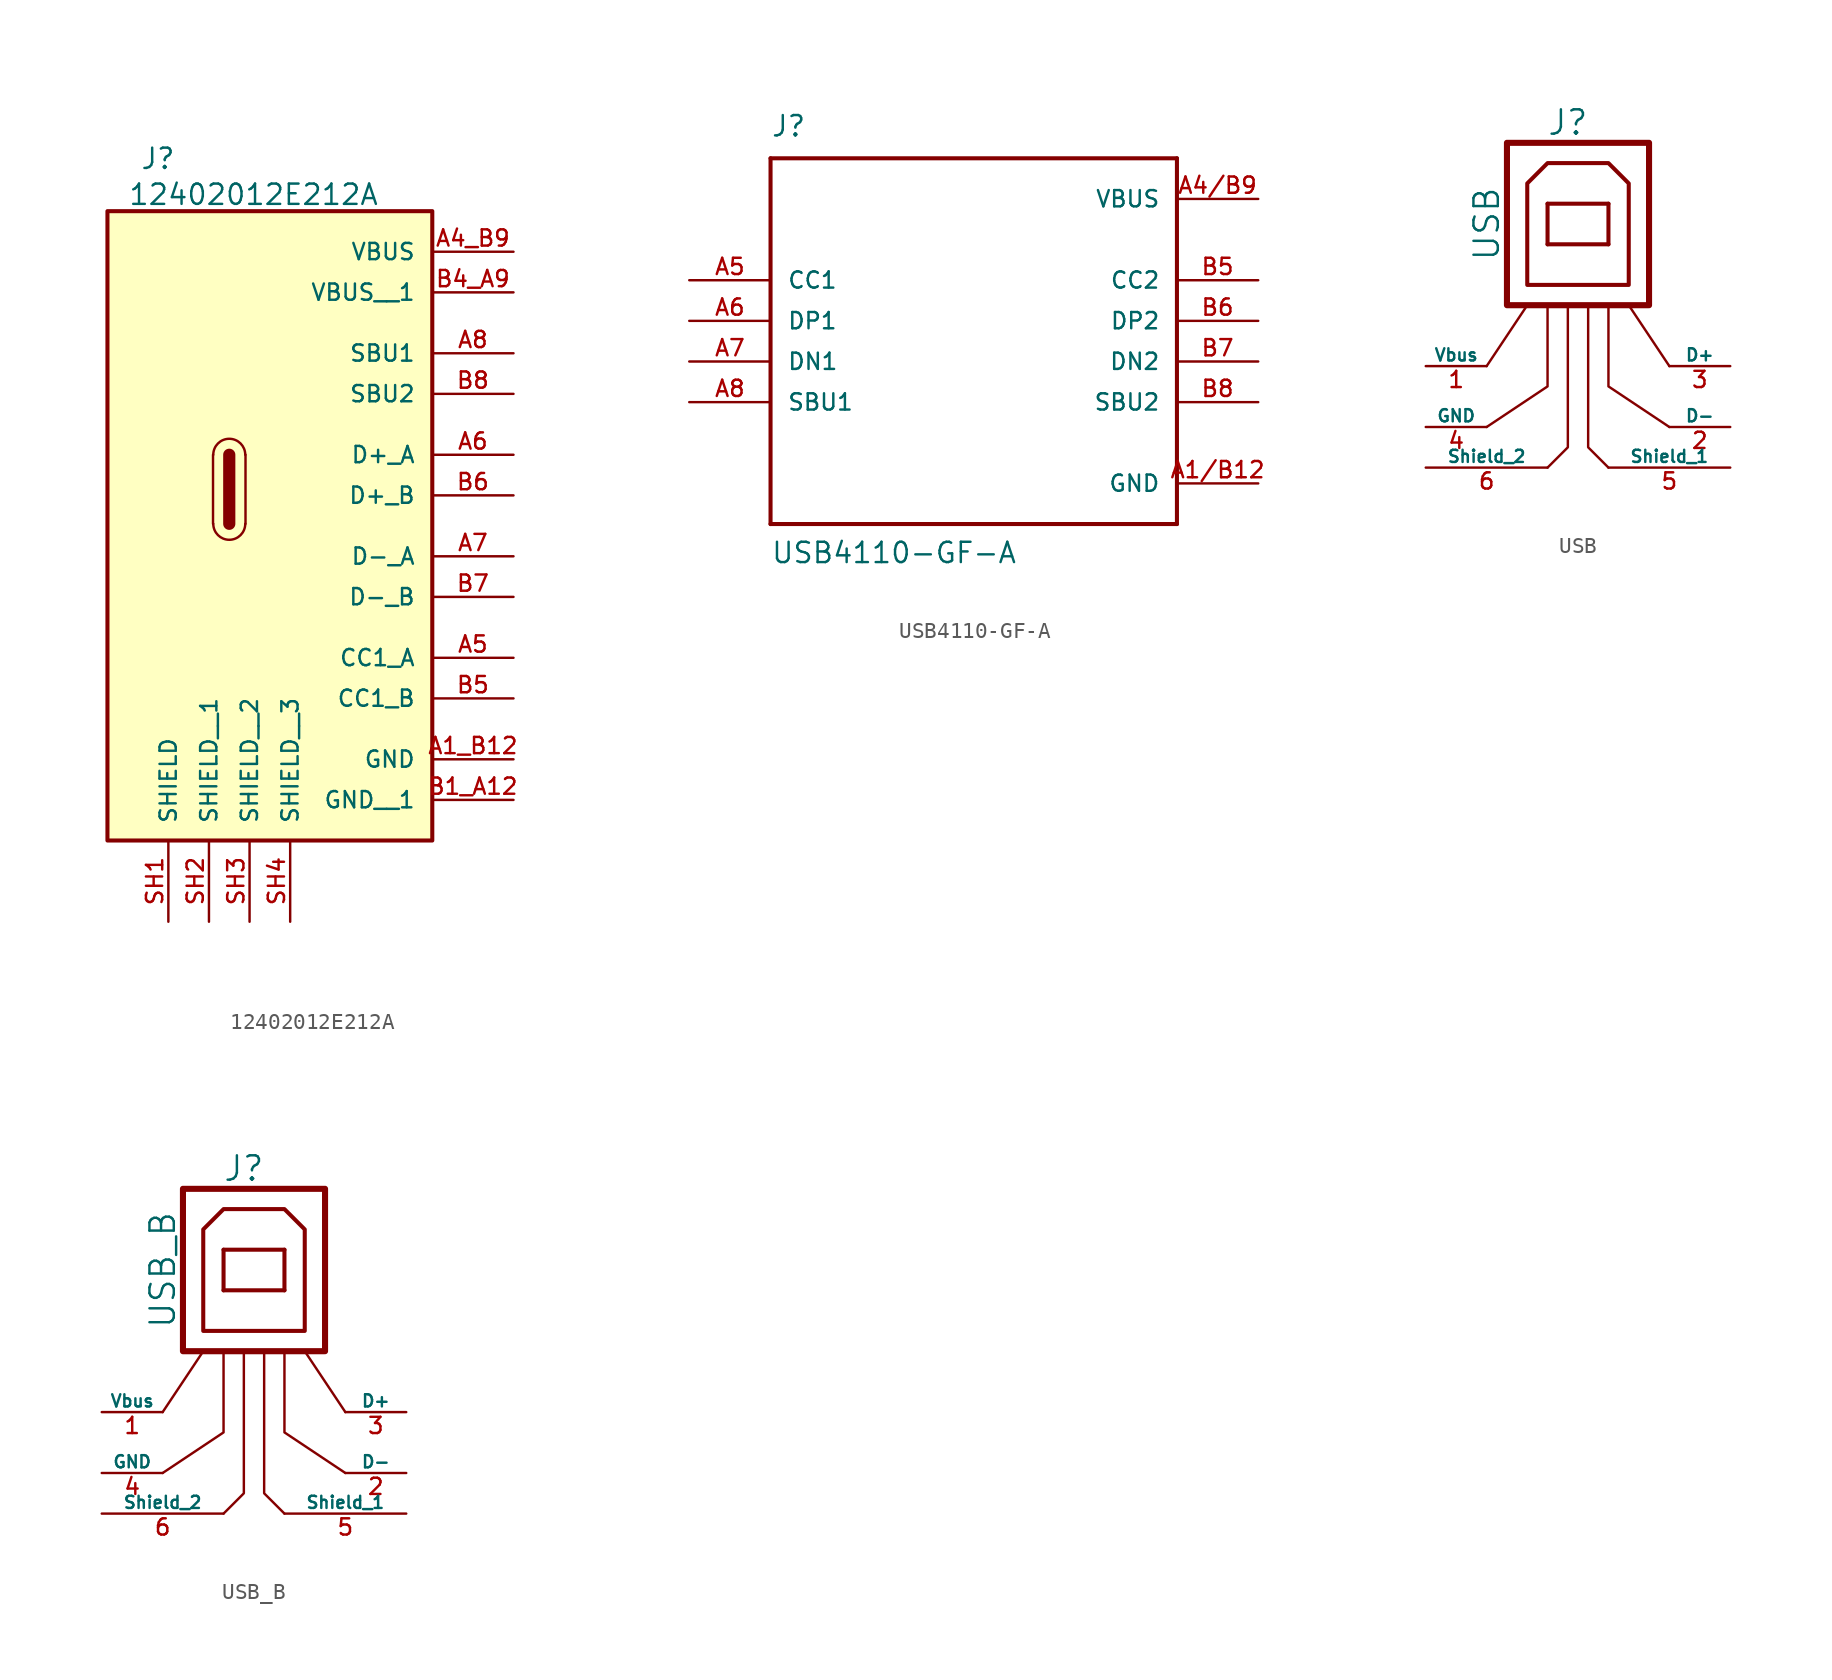
<source format=kicad_sym>
(kicad_symbol_lib
  (version 20231120)
  (generator "kicad_symbol_editor")
  (generator_version "8.0")
  (symbol "12402012E212A"
    (pin_names
      (offset 1.016))
    (property "Reference" "J"
      (at -5.588 15.24 0)
      (effects (font (size 1.27 1.27)) (justify left bottom)))
    (property "Value" "12402012E212A"
      (at -6.35 14.478 0)
      (effects (font (size 1.27 1.27)) (justify left top)))
    (symbol "12402012E212A_0_0"
      (rectangle (start -7.62 12.7) (end 12.7 -26.67) (stroke (width 0.254) (type default)) (fill (type background)))
      (pin power_in line (at 17.78 -21.59 180) (length 5.08) (name "GND" (effects (font (size 1.016 1.016)))) (number "A1_B12" (effects (font (size 1.016 1.016)))))
      (pin power_in line (at 17.78 10.16 180) (length 5.08) (name "VBUS" (effects (font (size 1.016 1.016)))) (number "A4_B9" (effects (font (size 1.016 1.016)))))
      (pin bidirectional line (at 17.78 -15.24 180) (length 5.08) (name "CC1_A" (effects (font (size 1.016 1.016)))) (number "A5" (effects (font (size 1.016 1.016)))))
      (pin bidirectional line (at 17.78 -2.54 180) (length 5.08) (name "D+_A" (effects (font (size 1.016 1.016)))) (number "A6" (effects (font (size 1.016 1.016)))))
      (pin bidirectional line (at 17.78 -8.89 180) (length 5.08) (name "D-_A" (effects (font (size 1.016 1.016)))) (number "A7" (effects (font (size 1.016 1.016)))))
      (pin bidirectional line (at 17.78 3.81 180) (length 5.08) (name "SBU1" (effects (font (size 1.016 1.016)))) (number "A8" (effects (font (size 1.016 1.016)))))
      (pin power_in line (at 17.78 -24.13 180) (length 5.08) (name "GND__1" (effects (font (size 1.016 1.016)))) (number "B1_A12" (effects (font (size 1.016 1.016)))))
      (pin power_in line (at 17.78 7.62 180) (length 5.08) (name "VBUS__1" (effects (font (size 1.016 1.016)))) (number "B4_A9" (effects (font (size 1.016 1.016)))))
      (pin bidirectional line (at 17.78 -17.78 180) (length 5.08) (name "CC1_B" (effects (font (size 1.016 1.016)))) (number "B5" (effects (font (size 1.016 1.016)))))
      (pin bidirectional line (at 17.78 -5.08 180) (length 5.08) (name "D+_B" (effects (font (size 1.016 1.016)))) (number "B6" (effects (font (size 1.016 1.016)))))
      (pin bidirectional line (at 17.78 -11.43 180) (length 5.08) (name "D-_B" (effects (font (size 1.016 1.016)))) (number "B7" (effects (font (size 1.016 1.016)))))
      (pin bidirectional line (at 17.78 1.27 180) (length 5.08) (name "SBU2" (effects (font (size 1.016 1.016)))) (number "B8" (effects (font (size 1.016 1.016)))))
      (pin passive line (at -3.81 -31.75 90) (length 5.08) (name "SHIELD" (effects (font (size 1.016 1.016)))) (number "SH1" (effects (font (size 1.016 1.016)))))
      (pin passive line (at -1.27 -31.75 90) (length 5.08) (name "SHIELD__1" (effects (font (size 1.016 1.016)))) (number "SH2" (effects (font (size 1.016 1.016)))))
      (pin passive line (at 1.27 -31.75 90) (length 5.08) (name "SHIELD__2" (effects (font (size 1.016 1.016)))) (number "SH3" (effects (font (size 1.016 1.016)))))
      (pin passive line (at 3.81 -31.75 90) (length 5.08) (name "SHIELD__3" (effects (font (size 1.016 1.016)))) (number "SH4" (effects (font (size 1.016 1.016))))))
    (symbol "12402012E212A_1_1"
      (arc (start -1.0001 -6.858) (mid 0 -7.8581) (end 1.0001 -6.858) (stroke (width 0) (type default)) (fill (type none)))
      (polyline (pts (xy -1.016 -2.54) (xy -1.016 -6.858)) (stroke (width 0) (type default)) (fill (type none)))
      (polyline (pts (xy 0 -2.54) (xy 0 -6.858)) (stroke (width 0.762) (type default)) (fill (type none)))
      (polyline (pts (xy 1.016 -2.54) (xy 1.016 -6.858)) (stroke (width 0) (type default)) (fill (type none)))
      (arc (start 1.0001 -2.54) (mid 0 -1.5399) (end -1.0001 -2.54) (stroke (width 0) (type default)) (fill (type none)))))
  (symbol "USB4110-GF-A"
    (pin_names
      (offset 1.016))
    (property "Reference" "J"
      (at -12.7 11.43 0)
      (effects (font (size 1.27 1.27)) (justify left bottom)))
    (property "Value" "USB4110-GF-A"
      (at -12.7 -15.24 0)
      (effects (font (size 1.27 1.27)) (justify left bottom)))
    (symbol "USB4110-GF-A_0_0"
      (polyline (pts (xy -12.7 -12.7) (xy -12.7 10.16)) (stroke (width 0.254) (type default)) (fill (type none)))
      (polyline (pts (xy -12.7 10.16) (xy 12.7 10.16)) (stroke (width 0.254) (type default)) (fill (type none)))
      (polyline (pts (xy 12.7 -12.7) (xy -12.7 -12.7)) (stroke (width 0.254) (type default)) (fill (type none)))
      (polyline (pts (xy 12.7 10.16) (xy 12.7 -12.7)) (stroke (width 0.254) (type default)) (fill (type none)))
      (pin power_in line (at 17.78 -10.16 180) (length 5.08) (name "GND" (effects (font (size 1.016 1.016)))) (number "A1/B12" (effects (font (size 1.016 1.016)))))
      (pin power_in line (at 17.78 7.62 180) (length 5.08) (name "VBUS" (effects (font (size 1.016 1.016)))) (number "A4/B9" (effects (font (size 1.016 1.016)))))
      (pin bidirectional line (at -17.78 2.54 0) (length 5.08) (name "CC1" (effects (font (size 1.016 1.016)))) (number "A5" (effects (font (size 1.016 1.016)))))
      (pin bidirectional line (at -17.78 0 0) (length 5.08) (name "DP1" (effects (font (size 1.016 1.016)))) (number "A6" (effects (font (size 1.016 1.016)))))
      (pin bidirectional line (at -17.78 -2.54 0) (length 5.08) (name "DN1" (effects (font (size 1.016 1.016)))) (number "A7" (effects (font (size 1.016 1.016)))))
      (pin bidirectional line (at -17.78 -5.08 0) (length 5.08) (name "SBU1" (effects (font (size 1.016 1.016)))) (number "A8" (effects (font (size 1.016 1.016)))))
      (pin power_in line (at 17.78 -10.16 180) (length 5.08) hide (name "GND" (effects (font (size 1.016 1.016)))) (number "B1/A12" (effects (font (size 1.016 1.016)))))
      (pin power_in line (at 17.78 7.62 180) (length 5.08) hide (name "VBUS" (effects (font (size 1.016 1.016)))) (number "B4/A9" (effects (font (size 1.016 1.016)))))
      (pin bidirectional line (at 17.78 2.54 180) (length 5.08) (name "CC2" (effects (font (size 1.016 1.016)))) (number "B5" (effects (font (size 1.016 1.016)))))
      (pin bidirectional line (at 17.78 0 180) (length 5.08) (name "DP2" (effects (font (size 1.016 1.016)))) (number "B6" (effects (font (size 1.016 1.016)))))
      (pin bidirectional line (at 17.78 -2.54 180) (length 5.08) (name "DN2" (effects (font (size 1.016 1.016)))) (number "B7" (effects (font (size 1.016 1.016)))))
      (pin bidirectional line (at 17.78 -5.08 180) (length 5.08) (name "SBU2" (effects (font (size 1.016 1.016)))) (number "B8" (effects (font (size 1.016 1.016)))))
      (pin power_in line (at 17.78 -10.16 180) (length 5.08) hide (name "GND" (effects (font (size 1.016 1.016)))) (number "S1" (effects (font (size 1.016 1.016)))))
      (pin power_in line (at 17.78 -10.16 180) (length 5.08) hide (name "GND" (effects (font (size 1.016 1.016)))) (number "S2" (effects (font (size 1.016 1.016)))))
      (pin power_in line (at 17.78 -10.16 180) (length 5.08) hide (name "GND" (effects (font (size 1.016 1.016)))) (number "S3" (effects (font (size 1.016 1.016)))))
      (pin power_in line (at 17.78 -10.16 180) (length 5.08) hide (name "GND" (effects (font (size 1.016 1.016)))) (number "S4" (effects (font (size 1.016 1.016)))))))
  (symbol "USB"
    (pin_names
      (offset 0))
    (property "Reference" "J"
      (at -1.27 10.16 0)
      (effects (font (size 1.524 1.524))))
    (property "Value" "USB"
      (at -6.35 3.81 90)
      (effects (font (size 1.524 1.524))))
    (property "Footprint" ""
      (at 0 0 0)
      (effects (font (size 1.524 1.524))))
    (property "Datasheet" ""
      (at 0 0 0)
      (effects (font (size 1.524 1.524))))
    (symbol "USB_0_1"
      (rectangle (start -2.54 5.08) (end -2.54 2.54) (stroke (width 0.254) (type default)) (fill (type none)))
      (rectangle (start -2.54 5.08) (end -2.54 5.08) (stroke (width 0) (type default)) (fill (type none)))
      (rectangle (start -2.54 5.08) (end 1.27 5.08) (stroke (width 0.254) (type default)) (fill (type none)))
      (polyline (pts (xy -3.81 -1.27) (xy -6.35 -5.08) (xy -6.35 -5.08)) (stroke (width 0) (type default)) (fill (type none)))
      (polyline (pts (xy 2.54 -1.27) (xy 5.08 -5.08) (xy 5.08 -5.08)) (stroke (width 0) (type default)) (fill (type none)))
      (polyline (pts (xy -2.54 -11.43) (xy -1.27 -10.16) (xy -1.27 -1.27) (xy -1.27 -1.27)) (stroke (width 0) (type default)) (fill (type none)))
      (polyline (pts (xy -2.54 -1.27) (xy -2.54 -6.35) (xy -6.35 -8.89) (xy -6.35 -8.89)) (stroke (width 0) (type default)) (fill (type none)))
      (polyline (pts (xy 0 -1.27) (xy 0 -10.16) (xy 1.27 -11.43) (xy 1.27 -11.43)) (stroke (width 0) (type default)) (fill (type none)))
      (polyline (pts (xy 1.27 -1.27) (xy 1.27 -6.35) (xy 5.08 -8.89) (xy 5.08 -8.89)) (stroke (width 0) (type default)) (fill (type none)))
      (polyline (pts (xy -5.08 -1.27) (xy 3.81 -1.27) (xy 3.81 8.89) (xy -5.08 8.89) (xy -5.08 -1.27) (xy -5.08 -1.27)) (stroke (width 0.381) (type default)) (fill (type none)))
      (polyline (pts (xy -3.81 0) (xy 2.54 0) (xy 2.54 6.35) (xy 1.27 7.62) (xy -2.54 7.62) (xy -3.81 6.35) (xy -3.81 0) (xy -3.81 0) (xy -3.81 0)) (stroke (width 0.254) (type default)) (fill (type none)))
      (rectangle (start 1.27 2.54) (end -2.54 2.54) (stroke (width 0.254) (type default)) (fill (type none)))
      (rectangle (start 1.27 2.54) (end 1.27 5.08) (stroke (width 0.254) (type default)) (fill (type none))))
    (symbol "USB_1_1"
      (pin power_out line (at -10.16 -5.08 0) (length 3.81) (name "Vbus" (effects (font (size 0.762 0.762)))) (number "1" (effects (font (size 1.016 1.016)))))
      (pin bidirectional line (at 8.89 -8.89 180) (length 3.81) (name "D-" (effects (font (size 0.762 0.762)))) (number "2" (effects (font (size 1.016 1.016)))))
      (pin bidirectional line (at 8.89 -5.08 180) (length 3.81) (name "D+" (effects (font (size 0.762 0.762)))) (number "3" (effects (font (size 1.016 1.016)))))
      (pin power_in line (at -10.16 -8.89 0) (length 3.81) (name "GND" (effects (font (size 0.762 0.762)))) (number "4" (effects (font (size 1.016 1.016)))))
      (pin passive line (at 8.89 -11.43 180) (length 7.62) (name "Shield_1" (effects (font (size 0.762 0.762)))) (number "5" (effects (font (size 1.016 1.016)))))
      (pin passive line (at -10.16 -11.43 0) (length 7.62) (name "Shield_2" (effects (font (size 0.762 0.762)))) (number "6" (effects (font (size 1.016 1.016)))))))
  (symbol "USB_B"
    (pin_names
      (offset 0))
    (property "Reference" "J"
      (at -1.27 10.16 0)
      (effects (font (size 1.524 1.524))))
    (property "Value" "USB_B"
      (at -6.35 3.81 90)
      (effects (font (size 1.524 1.524))))
    (property "Footprint" ""
      (at 0 0 0)
      (effects (font (size 1.524 1.524))))
    (property "Datasheet" ""
      (at 0 0 0)
      (effects (font (size 1.524 1.524))))
    (symbol "USB_B_0_1"
      (rectangle (start -2.54 5.08) (end -2.54 2.54) (stroke (width 0.254) (type default)) (fill (type none)))
      (rectangle (start -2.54 5.08) (end -2.54 5.08) (stroke (width 0) (type default)) (fill (type none)))
      (rectangle (start -2.54 5.08) (end 1.27 5.08) (stroke (width 0.254) (type default)) (fill (type none)))
      (polyline (pts (xy -3.81 -1.27) (xy -6.35 -5.08) (xy -6.35 -5.08)) (stroke (width 0) (type default)) (fill (type none)))
      (polyline (pts (xy 2.54 -1.27) (xy 5.08 -5.08) (xy 5.08 -5.08)) (stroke (width 0) (type default)) (fill (type none)))
      (polyline (pts (xy -2.54 -11.43) (xy -1.27 -10.16) (xy -1.27 -1.27) (xy -1.27 -1.27)) (stroke (width 0) (type default)) (fill (type none)))
      (polyline (pts (xy -2.54 -1.27) (xy -2.54 -6.35) (xy -6.35 -8.89) (xy -6.35 -8.89)) (stroke (width 0) (type default)) (fill (type none)))
      (polyline (pts (xy 0 -1.27) (xy 0 -10.16) (xy 1.27 -11.43) (xy 1.27 -11.43)) (stroke (width 0) (type default)) (fill (type none)))
      (polyline (pts (xy 1.27 -1.27) (xy 1.27 -6.35) (xy 5.08 -8.89) (xy 5.08 -8.89)) (stroke (width 0) (type default)) (fill (type none)))
      (polyline (pts (xy -5.08 -1.27) (xy 3.81 -1.27) (xy 3.81 8.89) (xy -5.08 8.89) (xy -5.08 -1.27) (xy -5.08 -1.27)) (stroke (width 0.381) (type default)) (fill (type none)))
      (polyline (pts (xy -3.81 0) (xy 2.54 0) (xy 2.54 6.35) (xy 1.27 7.62) (xy -2.54 7.62) (xy -3.81 6.35) (xy -3.81 0) (xy -3.81 0) (xy -3.81 0)) (stroke (width 0.254) (type default)) (fill (type none)))
      (rectangle (start 1.27 2.54) (end -2.54 2.54) (stroke (width 0.254) (type default)) (fill (type none)))
      (rectangle (start 1.27 2.54) (end 1.27 5.08) (stroke (width 0.254) (type default)) (fill (type none))))
    (symbol "USB_B_1_1"
      (pin power_out line (at -10.16 -5.08 0) (length 3.81) (name "Vbus" (effects (font (size 0.762 0.762)))) (number "1" (effects (font (size 1.016 1.016)))))
      (pin bidirectional line (at 8.89 -8.89 180) (length 3.81) (name "D-" (effects (font (size 0.762 0.762)))) (number "2" (effects (font (size 1.016 1.016)))))
      (pin bidirectional line (at 8.89 -5.08 180) (length 3.81) (name "D+" (effects (font (size 0.762 0.762)))) (number "3" (effects (font (size 1.016 1.016)))))
      (pin power_in line (at -10.16 -8.89 0) (length 3.81) (name "GND" (effects (font (size 0.762 0.762)))) (number "4" (effects (font (size 1.016 1.016)))))
      (pin passive line (at 8.89 -11.43 180) (length 7.62) (name "Shield_1" (effects (font (size 0.762 0.762)))) (number "5" (effects (font (size 1.016 1.016)))))
      (pin passive line (at -10.16 -11.43 0) (length 7.62) (name "Shield_2" (effects (font (size 0.762 0.762)))) (number "6" (effects (font (size 1.016 1.016))))))))
</source>
